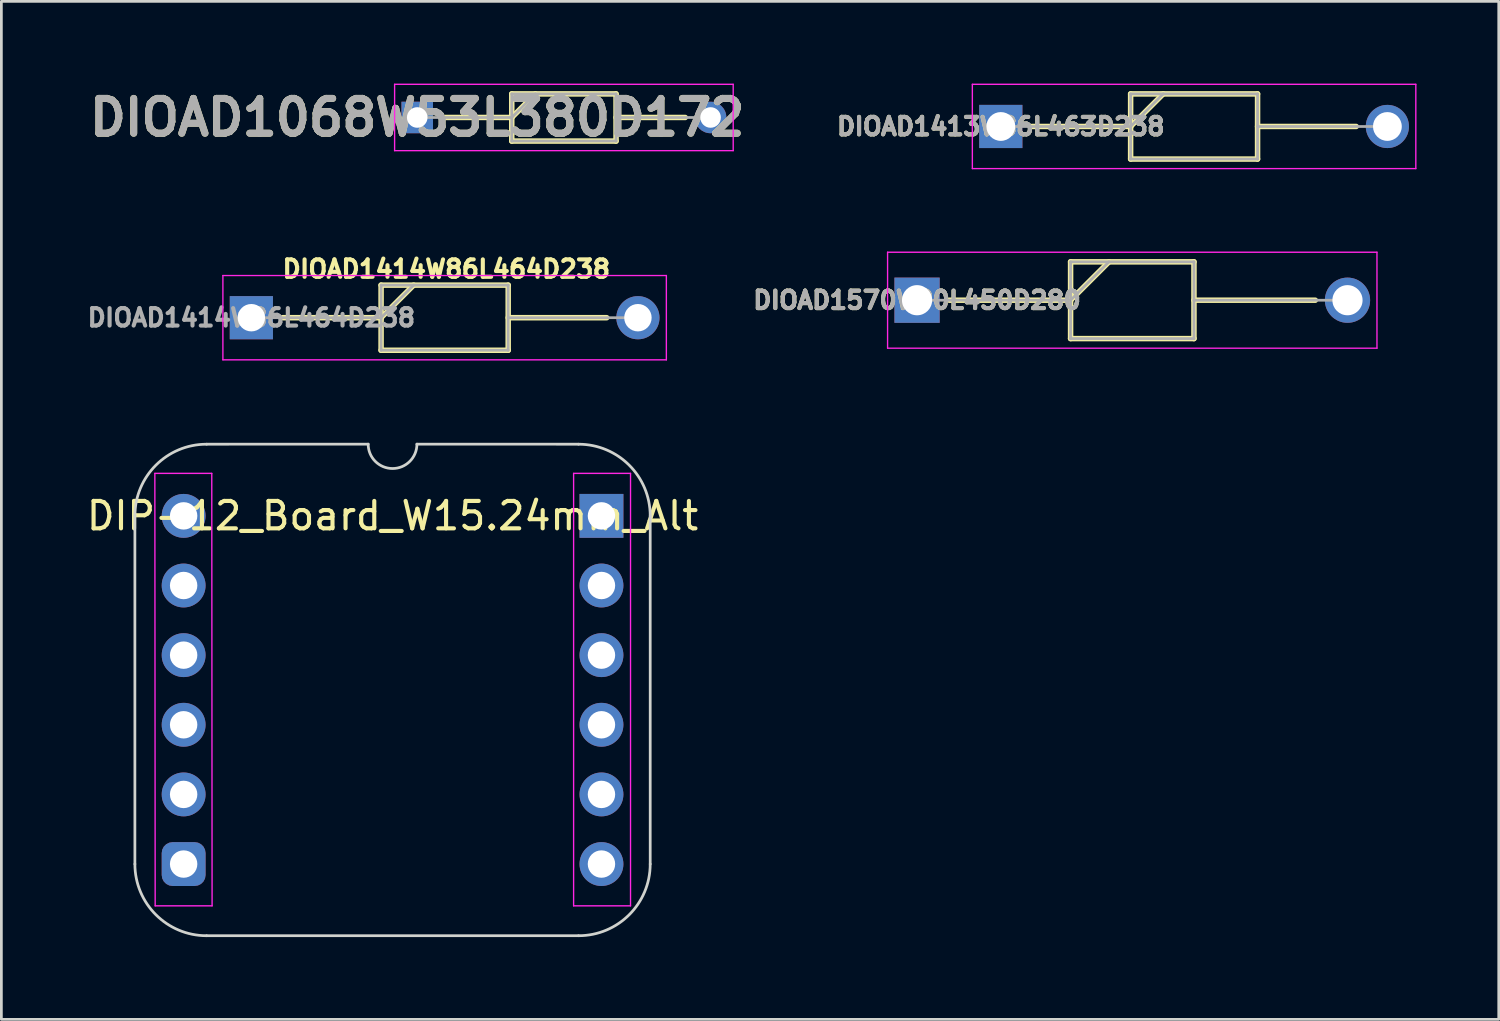
<source format=kicad_pcb>
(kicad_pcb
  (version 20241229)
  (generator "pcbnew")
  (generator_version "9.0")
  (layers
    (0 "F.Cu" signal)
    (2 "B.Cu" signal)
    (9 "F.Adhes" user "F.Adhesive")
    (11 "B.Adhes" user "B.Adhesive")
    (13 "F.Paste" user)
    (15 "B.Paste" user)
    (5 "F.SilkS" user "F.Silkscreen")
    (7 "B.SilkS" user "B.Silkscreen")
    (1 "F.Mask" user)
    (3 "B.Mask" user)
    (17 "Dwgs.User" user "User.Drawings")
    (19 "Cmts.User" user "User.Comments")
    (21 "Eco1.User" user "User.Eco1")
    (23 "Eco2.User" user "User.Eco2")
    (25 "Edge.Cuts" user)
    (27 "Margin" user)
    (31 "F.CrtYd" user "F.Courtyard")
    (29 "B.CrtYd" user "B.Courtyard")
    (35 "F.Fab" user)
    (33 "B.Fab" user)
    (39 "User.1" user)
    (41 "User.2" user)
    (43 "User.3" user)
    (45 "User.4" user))
  (footprint "DIOAD1570W90L450D280"
    (layer "F.Cu")
    (at 30.399 7.9)
    (property "Reference" "DIOAD1570W90L450D280" (at 0 0 0) (layer "F.SilkS") (effects (font (size 0.635 0.635) (thickness 0.15))))
    (attr through_hole)
    (fp_line (start 1.175 0) (end 5.6 0) (stroke (width 0.2) (type solid)) (layer "F.SilkS"))
    (fp_line (start 5.6 -1.4) (end 10.1 -1.4) (stroke (width 0.2) (type solid)) (layer "F.SilkS"))
    (fp_line (start 5.6 0) (end 7 -1.4) (stroke (width 0.2) (type solid)) (layer "F.SilkS"))
    (fp_line (start 5.6 1.4) (end 5.6 -1.4) (stroke (width 0.2) (type solid)) (layer "F.SilkS"))
    (fp_line (start 10.1 -1.4) (end 10.1 1.4) (stroke (width 0.2) (type solid)) (layer "F.SilkS"))
    (fp_line (start 10.1 0) (end 14.525 0) (stroke (width 0.2) (type solid)) (layer "F.SilkS"))
    (fp_line (start 10.1 1.4) (end 5.6 1.4) (stroke (width 0.2) (type solid)) (layer "F.SilkS"))
    (fp_line (start -1.075 -1.75) (end 16.775 -1.75) (stroke (width 0.05) (type solid)) (layer "F.CrtYd"))
    (fp_line (start -1.075 1.75) (end -1.075 -1.75) (stroke (width 0.05) (type solid)) (layer "F.CrtYd"))
    (fp_line (start 16.775 -1.75) (end 16.775 1.75) (stroke (width 0.05) (type solid)) (layer "F.CrtYd"))
    (fp_line (start 16.775 1.75) (end -1.075 1.75) (stroke (width 0.05) (type solid)) (layer "F.CrtYd"))
    (fp_line (start 0 0) (end 5.6 0) (stroke (width 0.1) (type solid)) (layer "F.Fab"))
    (fp_line (start 5.6 -1.4) (end 10.1 -1.4) (stroke (width 0.1) (type solid)) (layer "F.Fab"))
    (fp_line (start 5.6 0) (end 7 -1.4) (stroke (width 0.1) (type solid)) (layer "F.Fab"))
    (fp_line (start 5.6 1.4) (end 5.6 -1.4) (stroke (width 0.1) (type solid)) (layer "F.Fab"))
    (fp_line (start 10.1 -1.4) (end 10.1 1.4) (stroke (width 0.1) (type solid)) (layer "F.Fab"))
    (fp_line (start 10.1 0) (end 15.7 0) (stroke (width 0.1) (type solid)) (layer "F.Fab"))
    (fp_line (start 10.1 1.4) (end 5.6 1.4) (stroke (width 0.1) (type solid)) (layer "F.Fab"))
    (fp_text user "${REFERENCE}" (at 0 0 0) (layer "F.Fab") (effects (font (size 0.635 0.635) (thickness 0.15))))
    (pad "1" thru_hole rect (at 0 0) (size 1.65 1.65) (drill 1.1) (layers "*.Cu" "*.Mask"))
    (pad "2" thru_hole circle (at 15.7 0) (size 1.65 1.65) (drill 1.1) (layers "*.Cu" "*.Mask")))
  (footprint "DIOAD1413W86L463D238"
    (layer "F.Cu")
    (at 33.454 1.563)
    (property "Reference" "DIOAD1413W86L463D238" (at 0 0 0) (layer "F.SilkS") (effects (font (size 0.635 0.635) (thickness 0.15))))
    (attr through_hole)
    (fp_line (start 1.138 0) (end 4.735 0) (stroke (width 0.2) (type solid)) (layer "F.SilkS"))
    (fp_line (start 4.735 -1.188) (end 9.365 -1.188) (stroke (width 0.2) (type solid)) (layer "F.SilkS"))
    (fp_line (start 4.735 0) (end 5.922 -1.188) (stroke (width 0.2) (type solid)) (layer "F.SilkS"))
    (fp_line (start 4.735 1.188) (end 4.735 -1.188) (stroke (width 0.2) (type solid)) (layer "F.SilkS"))
    (fp_line (start 9.365 -1.188) (end 9.365 1.188) (stroke (width 0.2) (type solid)) (layer "F.SilkS"))
    (fp_line (start 9.365 0) (end 12.962 0) (stroke (width 0.2) (type solid)) (layer "F.SilkS"))
    (fp_line (start 9.365 1.188) (end 4.735 1.188) (stroke (width 0.2) (type solid)) (layer "F.SilkS"))
    (fp_line (start -1.038 -1.538) (end 15.137 -1.538) (stroke (width 0.05) (type solid)) (layer "F.CrtYd"))
    (fp_line (start -1.038 1.537) (end -1.038 -1.538) (stroke (width 0.05) (type solid)) (layer "F.CrtYd"))
    (fp_line (start 15.137 -1.538) (end 15.137 1.537) (stroke (width 0.05) (type solid)) (layer "F.CrtYd"))
    (fp_line (start 15.137 1.537) (end -1.038 1.537) (stroke (width 0.05) (type solid)) (layer "F.CrtYd"))
    (fp_line (start 0 0) (end 4.735 0) (stroke (width 0.1) (type solid)) (layer "F.Fab"))
    (fp_line (start 4.735 -1.188) (end 9.365 -1.188) (stroke (width 0.1) (type solid)) (layer "F.Fab"))
    (fp_line (start 4.735 0) (end 5.923 -1.188) (stroke (width 0.1) (type solid)) (layer "F.Fab"))
    (fp_line (start 4.735 1.187) (end 4.735 -1.188) (stroke (width 0.1) (type solid)) (layer "F.Fab"))
    (fp_line (start 9.365 -1.188) (end 9.365 1.187) (stroke (width 0.1) (type solid)) (layer "F.Fab"))
    (fp_line (start 9.365 0) (end 14.1 0) (stroke (width 0.1) (type solid)) (layer "F.Fab"))
    (fp_line (start 9.365 1.187) (end 4.735 1.187) (stroke (width 0.1) (type solid)) (layer "F.Fab"))
    (fp_text user "${REFERENCE}" (at 0 0 0) (layer "F.Fab") (effects (font (size 0.635 0.635) (thickness 0.15))))
    (pad "1" thru_hole rect (at 0 0) (size 1.575 1.575) (drill 1.05) (layers "*.Cu" "*.Mask"))
    (pad "2" thru_hole circle (at 14.1 0) (size 1.575 1.575) (drill 1.05) (layers "*.Cu" "*.Mask")))
  (footprint "DIOAD1414W86L464D238"
    (layer "F.Cu")
    (at 6.118 8.538)
    (property "Reference" "DIOAD1414W86L464D238" (at 7.112 -1.778 0) (layer "F.SilkS") (effects (font (size 0.635 0.635) (thickness 0.15))))
    (attr through_hole)
    (fp_line (start 1.138 0) (end 4.732 0) (stroke (width 0.2) (type solid)) (layer "F.SilkS"))
    (fp_line (start 4.732 -1.188) (end 9.368 -1.188) (stroke (width 0.2) (type solid)) (layer "F.SilkS"))
    (fp_line (start 4.732 0) (end 5.92 -1.188) (stroke (width 0.2) (type solid)) (layer "F.SilkS"))
    (fp_line (start 4.732 1.188) (end 4.732 -1.188) (stroke (width 0.2) (type solid)) (layer "F.SilkS"))
    (fp_line (start 9.368 -1.188) (end 9.368 1.188) (stroke (width 0.2) (type solid)) (layer "F.SilkS"))
    (fp_line (start 9.368 0) (end 12.962 0) (stroke (width 0.2) (type solid)) (layer "F.SilkS"))
    (fp_line (start 9.368 1.188) (end 4.732 1.188) (stroke (width 0.2) (type solid)) (layer "F.SilkS"))
    (fp_line (start -1.038 -1.538) (end 15.137 -1.538) (stroke (width 0.05) (type solid)) (layer "F.CrtYd"))
    (fp_line (start -1.038 1.537) (end -1.038 -1.538) (stroke (width 0.05) (type solid)) (layer "F.CrtYd"))
    (fp_line (start 15.137 -1.538) (end 15.137 1.537) (stroke (width 0.05) (type solid)) (layer "F.CrtYd"))
    (fp_line (start 15.137 1.537) (end -1.038 1.537) (stroke (width 0.05) (type solid)) (layer "F.CrtYd"))
    (fp_line (start 0 0) (end 4.732 0) (stroke (width 0.1) (type solid)) (layer "F.Fab"))
    (fp_line (start 4.732 -1.188) (end 9.367 -1.188) (stroke (width 0.1) (type solid)) (layer "F.Fab"))
    (fp_line (start 4.732 0) (end 5.92 -1.188) (stroke (width 0.1) (type solid)) (layer "F.Fab"))
    (fp_line (start 4.732 1.187) (end 4.732 -1.188) (stroke (width 0.1) (type solid)) (layer "F.Fab"))
    (fp_line (start 9.367 -1.188) (end 9.367 1.187) (stroke (width 0.1) (type solid)) (layer "F.Fab"))
    (fp_line (start 9.367 1.187) (end 4.732 1.187) (stroke (width 0.1) (type solid)) (layer "F.Fab"))
    (fp_line (start 9.368 0) (end 14.1 0) (stroke (width 0.1) (type solid)) (layer "F.Fab"))
    (fp_text user "${REFERENCE}" (at 0 0 0) (layer "F.Fab") (effects (font (size 0.635 0.635) (thickness 0.15))))
    (pad "1" thru_hole rect (at 0 0) (size 1.575 1.575) (drill 1) (layers "*.Cu" "*.Mask"))
    (pad "2" thru_hole circle (at 14.1 0) (size 1.575 1.575) (drill 1) (layers "*.Cu" "*.Mask")))
  (footprint "DIP-12_Board_W15.24mm_Alt"
    (layer "F.Cu")
    (at 3.648 15.766)
    (property "Reference" "DIP-12_Board_W15.24mm_Alt" (at 7.62 0 0) (layer "F.SilkS") (effects (font (size 1 1) (thickness 0.15))))
    (attr through_hole)
    (fp_line (start -1.778 12.7) (end -1.778 0) (stroke (width 0.1) (type solid)) (layer "Edge.Cuts"))
    (fp_line (start 6.731 -2.616) (end 0.836 -2.614) (stroke (width 0.1) (type solid)) (layer "Edge.Cuts"))
    (fp_line (start 14.404 -2.614) (end 8.509 -2.616) (stroke (width 0.1) (type solid)) (layer "Edge.Cuts"))
    (fp_line (start 14.404 15.314) (end 0.836 15.314) (stroke (width 0.1) (type solid)) (layer "Edge.Cuts"))
    (fp_line (start 17.018 12.7) (end 17.018 -0.000001) (stroke (width 0.1) (type solid)) (layer "Edge.Cuts"))
    (fp_arc (start -1.778 0) (mid -1.012456 -1.848188) (end 0.835732 -2.613732) (stroke (width 0.1) (type solid)) (layer "Edge.Cuts"))
    (fp_arc (start 0.835733 15.313733) (mid -1.012457 14.548189) (end -1.778 12.7) (stroke (width 0.1) (type solid)) (layer "Edge.Cuts"))
    (fp_arc (start 8.509 -2.6162) (mid 7.62 -1.7272) (end 6.731 -2.6162) (stroke (width 0.1) (type default)) (layer "Edge.Cuts"))
    (fp_arc (start 14.404267 -2.613733) (mid 16.252455 -1.848189) (end 17.017999 -0.000001) (stroke (width 0.1) (type solid)) (layer "Edge.Cuts"))
    (fp_arc (start 17.018 12.7) (mid 16.252456 14.548187) (end 14.404268 15.313732) (stroke (width 0.1) (type solid)) (layer "Edge.Cuts"))
    (fp_line (start -1.05 -1.55) (end -1.038 14.224) (stroke (width 0.05) (type solid)) (layer "F.CrtYd"))
    (fp_line (start -1.038 14.224) (end 1.038 14.224) (stroke (width 0.05) (type solid)) (layer "F.CrtYd"))
    (fp_line (start 1.026 -1.55) (end -1.05 -1.55) (stroke (width 0.05) (type solid)) (layer "F.CrtYd"))
    (fp_line (start 1.038 14.224) (end 1.026 -1.55) (stroke (width 0.05) (type solid)) (layer "F.CrtYd"))
    (fp_line (start 14.224 14.224) (end 14.224 -1.55) (stroke (width 0.05) (type solid)) (layer "F.CrtYd"))
    (fp_line (start 14.224 14.224) (end 16.3 14.224) (stroke (width 0.05) (type solid)) (layer "F.CrtYd"))
    (fp_line (start 16.3 -1.55) (end 14.224 -1.55) (stroke (width 0.05) (type solid)) (layer "F.CrtYd"))
    (fp_line (start 16.3 14.224) (end 16.3 -1.55) (stroke (width 0.05) (type solid)) (layer "F.CrtYd"))
    (pad "1" thru_hole oval (at 0 0 180) (size 1.6 1.6) (drill 1) (layers "*.Cu" "*.Mask"))
    (pad "2" thru_hole oval (at 0 2.54) (size 1.6 1.6) (drill 1) (layers "*.Cu" "*.Mask"))
    (pad "3" thru_hole oval (at 0 5.08) (size 1.6 1.6) (drill 1) (layers "*.Cu" "*.Mask"))
    (pad "4" thru_hole oval (at 0 7.62 180) (size 1.6 1.6) (drill 1) (layers "*.Cu" "*.Mask"))
    (pad "5" thru_hole oval (at 0 10.16) (size 1.6 1.6) (drill 1) (layers "*.Cu" "*.Mask"))
    (pad "6" thru_hole roundrect (at 0 12.7) (size 1.6 1.6) (drill 1) (layers "*.Cu" "*.Mask") (roundrect_rratio 0.25))
    (pad "7" thru_hole oval (at 15.24 12.7 180) (size 1.6 1.6) (drill 1) (layers "*.Cu" "*.Mask"))
    (pad "8" thru_hole oval (at 15.24 10.16 180) (size 1.6 1.6) (drill 1) (layers "*.Cu" "*.Mask"))
    (pad "9" thru_hole oval (at 15.24 7.62 180) (size 1.6 1.6) (drill 1) (layers "*.Cu" "*.Mask"))
    (pad "10" thru_hole oval (at 15.24 5.08) (size 1.6 1.6) (drill 1) (layers "*.Cu" "*.Mask"))
    (pad "11" thru_hole oval (at 15.24 2.54) (size 1.6 1.6) (drill 1) (layers "*.Cu" "*.Mask"))
    (pad "12" thru_hole rect (at 15.24 0) (size 1.6 1.6) (drill 1) (layers "*.Cu" "*.Mask")))
  (footprint "DIOAD1068W53L380D172"
    (layer "F.Cu")
    (at 12.168 1.235)
    (property "Reference" "DIOAD1068W53L380D172" (at 0 0 0) (layer "F.SilkS") (effects (font (size 1.27 1.27) (thickness 0.254))))
    (attr through_hole)
    (fp_line (start 0.925 0) (end 3.448 0) (stroke (width 0.2) (type solid)) (layer "F.SilkS"))
    (fp_line (start 3.448 -0.86) (end 7.252 -0.86) (stroke (width 0.2) (type solid)) (layer "F.SilkS"))
    (fp_line (start 3.448 0) (end 4.308 -0.86) (stroke (width 0.2) (type solid)) (layer "F.SilkS"))
    (fp_line (start 3.448 0.86) (end 3.448 -0.86) (stroke (width 0.2) (type solid)) (layer "F.SilkS"))
    (fp_line (start 7.252 -0.86) (end 7.252 0.86) (stroke (width 0.2) (type solid)) (layer "F.SilkS"))
    (fp_line (start 7.252 0) (end 9.775 0) (stroke (width 0.2) (type solid)) (layer "F.SilkS"))
    (fp_line (start 7.252 0.86) (end 3.448 0.86) (stroke (width 0.2) (type solid)) (layer "F.SilkS"))
    (fp_line (start -0.825 -1.21) (end 11.525 -1.21) (stroke (width 0.05) (type solid)) (layer "F.CrtYd"))
    (fp_line (start -0.825 1.21) (end -0.825 -1.21) (stroke (width 0.05) (type solid)) (layer "F.CrtYd"))
    (fp_line (start 11.525 -1.21) (end 11.525 1.21) (stroke (width 0.05) (type solid)) (layer "F.CrtYd"))
    (fp_line (start 11.525 1.21) (end -0.825 1.21) (stroke (width 0.05) (type solid)) (layer "F.CrtYd"))
    (fp_line (start 0 0) (end 3.448 0) (stroke (width 0.1) (type solid)) (layer "F.Fab"))
    (fp_line (start 3.448 -0.86) (end 7.253 -0.86) (stroke (width 0.1) (type solid)) (layer "F.Fab"))
    (fp_line (start 3.448 0) (end 4.308 -0.86) (stroke (width 0.1) (type solid)) (layer "F.Fab"))
    (fp_line (start 3.448 0.86) (end 3.448 -0.86) (stroke (width 0.1) (type solid)) (layer "F.Fab"))
    (fp_line (start 7.252 0) (end 10.7 0) (stroke (width 0.1) (type solid)) (layer "F.Fab"))
    (fp_line (start 7.253 -0.86) (end 7.253 0.86) (stroke (width 0.1) (type solid)) (layer "F.Fab"))
    (fp_line (start 7.253 0.86) (end 3.448 0.86) (stroke (width 0.1) (type solid)) (layer "F.Fab"))
    (fp_text user "${REFERENCE}" (at 0 0 0) (layer "F.Fab") (effects (font (size 1.27 1.27) (thickness 0.254))))
    (pad "1" thru_hole rect (at 0 0) (size 1.15 1.15) (drill 0.75) (layers "*.Cu" "*.Mask"))
    (pad "2" thru_hole circle (at 10.7 0) (size 1.15 1.15) (drill 0.75) (layers "*.Cu" "*.Mask")))
  (gr_rect
    (start -3 -3)
    (end 51.616 34.13)
    (stroke (width 0.1) (type default))
    (fill no)
    (layer "Edge.Cuts")))
</source>
